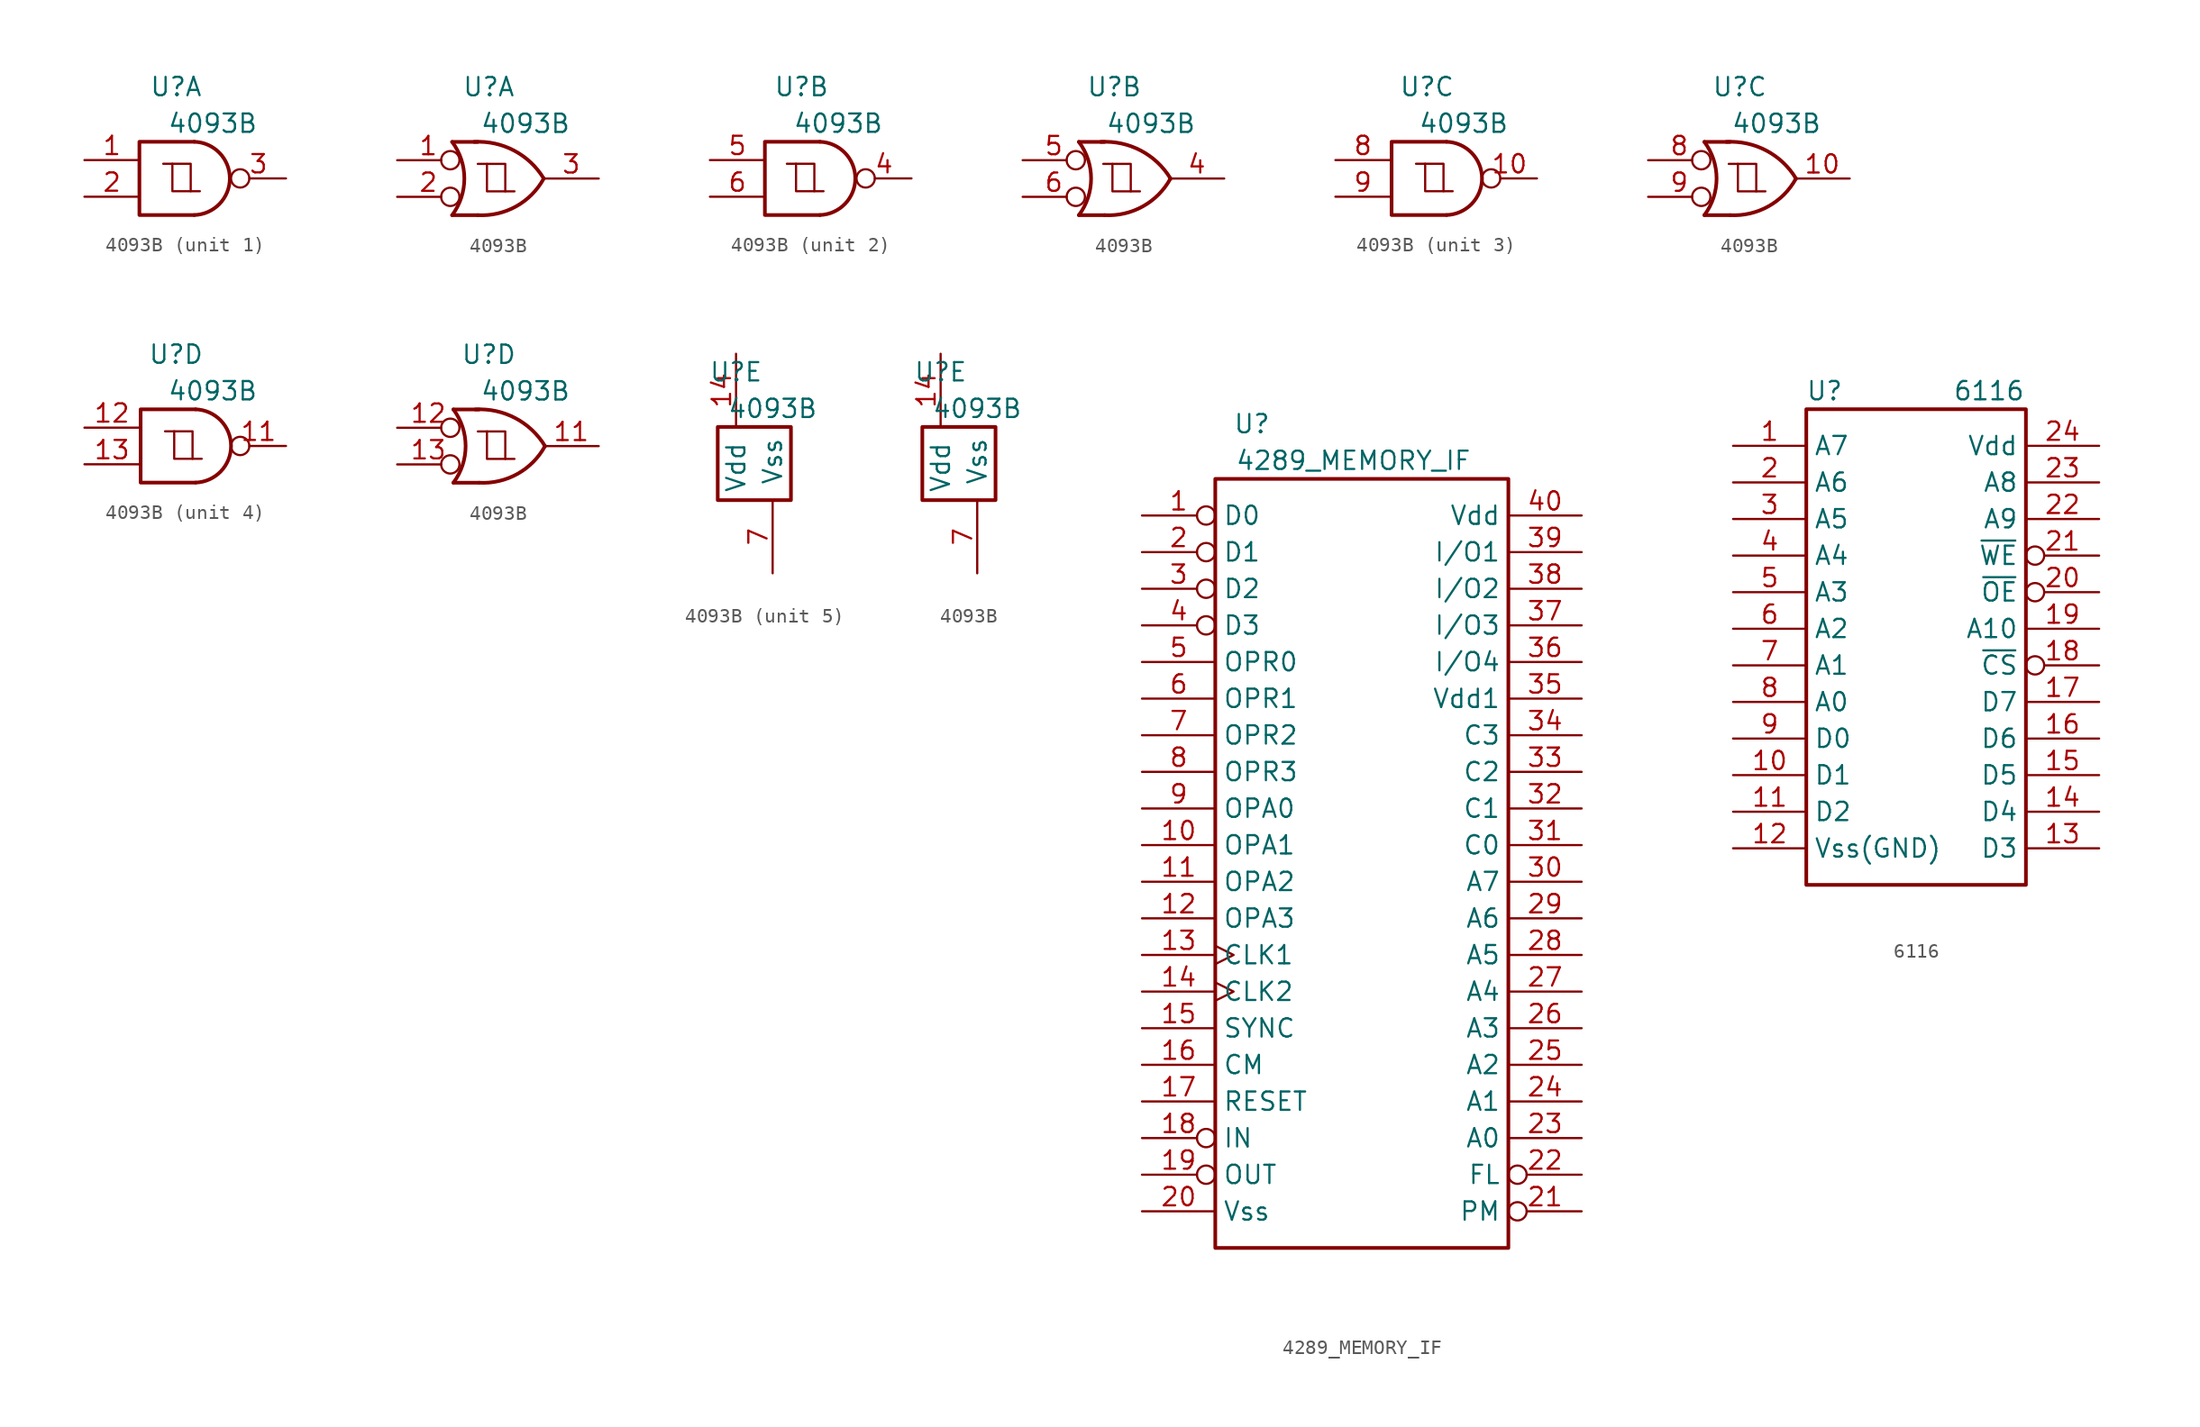
<source format=kicad_sym>
(kicad_symbol_lib
  (version 20231120)
  (generator "kicad_symbol_editor")
  (generator_version "8.0")
  (symbol "4093B"
    (pin_names
      (offset 1.016))
    (property "Reference" "U"
      (at -1.27 6.35 0)
      (effects (font (size 1.27 1.27))))
    (property "Value" "4093B"
      (at 1.27 3.81 0)
      (effects (font (size 1.27 1.27))))
    (property "ki_locked" ""
      (at 0 0 0)
      (effects (font (size 1.27 1.27))))
    (symbol "4093B_1_1"
      (arc (start 0 -2.54) (mid 2.4571 0) (end 0 2.54) (stroke (width 0.254) (type default)) (fill (type none)))
      (polyline (pts (xy -2.159 1.016) (xy -0.254 1.016) (xy -0.254 -0.889)) (stroke (width 0) (type default)) (fill (type none)))
      (polyline (pts (xy -1.524 1.016) (xy -1.524 -0.889) (xy 0.381 -0.889)) (stroke (width 0) (type default)) (fill (type none)))
      (polyline (pts (xy 0 2.54) (xy -3.81 2.54) (xy -3.81 -2.54) (xy 0 -2.54)) (stroke (width 0.254) (type default)) (fill (type none)))
      (pin input line (at -7.62 1.27 0) (length 3.81) (name "~" (effects (font (size 1.27 1.27)))) (number "1" (effects (font (size 1.27 1.27)))))
      (pin input line (at -7.62 -1.27 0) (length 3.81) (name "~" (effects (font (size 1.27 1.27)))) (number "2" (effects (font (size 1.27 1.27)))))
      (pin output inverted (at 6.35 0 180) (length 3.81) (name "~" (effects (font (size 1.27 1.27)))) (number "3" (effects (font (size 1.27 1.27))))))
    (symbol "4093B_1_2"
      (arc (start -3.81 -2.54) (mid -2.964 0) (end -3.81 2.54) (stroke (width 0.254) (type default)) (fill (type none)))
      (arc (start -2.032 -2.54) (mid 0.6219 -1.9322) (end 2.54 0) (stroke (width 0.254) (type default)) (fill (type none)))
      (polyline (pts (xy -3.81 -2.54) (xy -2.032 -2.54)) (stroke (width 0.254) (type default)) (fill (type none)))
      (polyline (pts (xy -3.81 2.54) (xy -2.032 2.54)) (stroke (width 0.254) (type default)) (fill (type none)))
      (polyline (pts (xy -2.032 1.016) (xy -0.127 1.016) (xy -0.127 -0.889)) (stroke (width 0) (type default)) (fill (type none)))
      (polyline (pts (xy -1.397 1.016) (xy -1.397 -0.889) (xy 0.508 -0.889)) (stroke (width 0) (type default)) (fill (type none)))
      (polyline (pts (xy -1.27 2.54) (xy -3.81 2.54) (xy -3.175 1.27) (xy -2.794 0) (xy -3.175 -1.27) (xy -3.81 -2.54) (xy -1.27 -2.54)) (stroke (width -0.0001) (type default)) (fill (type none)))
      (arc (start 2.54 0) (mid 0.4797 1.9402) (end -2.286 2.54) (stroke (width 0.254) (type default)) (fill (type none)))
      (pin input inverted (at -7.62 1.27 0) (length 4.318) (name "~" (effects (font (size 1.27 1.27)))) (number "1" (effects (font (size 1.27 1.27)))))
      (pin input inverted (at -7.62 -1.27 0) (length 4.318) (name "~" (effects (font (size 1.27 1.27)))) (number "2" (effects (font (size 1.27 1.27)))))
      (pin output line (at 6.35 0 180) (length 3.81) (name "~" (effects (font (size 1.27 1.27)))) (number "3" (effects (font (size 1.27 1.27))))))
    (symbol "4093B_2_1"
      (arc (start 0 -2.54) (mid 2.4571 0) (end 0 2.54) (stroke (width 0.254) (type default)) (fill (type none)))
      (polyline (pts (xy -2.286 1.016) (xy -0.381 1.016) (xy -0.381 -0.889)) (stroke (width 0) (type default)) (fill (type none)))
      (polyline (pts (xy -1.651 1.016) (xy -1.651 -0.889) (xy 0.254 -0.889)) (stroke (width 0) (type default)) (fill (type none)))
      (polyline (pts (xy 0 2.54) (xy -3.81 2.54) (xy -3.81 -2.54) (xy 0 -2.54)) (stroke (width 0.254) (type default)) (fill (type none)))
      (pin output inverted (at 6.35 0 180) (length 3.81) (name "~" (effects (font (size 1.27 1.27)))) (number "4" (effects (font (size 1.27 1.27)))))
      (pin input line (at -7.62 1.27 0) (length 3.81) (name "~" (effects (font (size 1.27 1.27)))) (number "5" (effects (font (size 1.27 1.27)))))
      (pin input line (at -7.62 -1.27 0) (length 3.81) (name "~" (effects (font (size 1.27 1.27)))) (number "6" (effects (font (size 1.27 1.27))))))
    (symbol "4093B_2_2"
      (arc (start -3.722 -2.54) (mid -2.876 0) (end -3.722 2.54) (stroke (width 0.254) (type default)) (fill (type none)))
      (arc (start -1.944 -2.54) (mid 0.7099 -1.9322) (end 2.628 0) (stroke (width 0.254) (type default)) (fill (type none)))
      (polyline (pts (xy -3.722 -2.54) (xy -1.944 -2.54)) (stroke (width 0.254) (type default)) (fill (type none)))
      (polyline (pts (xy -3.722 2.54) (xy -1.944 2.54)) (stroke (width 0.254) (type default)) (fill (type none)))
      (polyline (pts (xy -2.032 1.016) (xy -0.127 1.016) (xy -0.127 -0.889)) (stroke (width 0) (type default)) (fill (type none)))
      (polyline (pts (xy -1.397 1.016) (xy -1.397 -0.889) (xy 0.508 -0.889)) (stroke (width 0) (type default)) (fill (type none)))
      (polyline (pts (xy -1.182 2.54) (xy -3.722 2.54) (xy -3.087 1.27) (xy -2.706 0) (xy -3.087 -1.27) (xy -3.722 -2.54) (xy -1.182 -2.54)) (stroke (width -0.0001) (type default)) (fill (type none)))
      (arc (start 2.628 0) (mid 0.5677 1.9402) (end -2.198 2.54) (stroke (width 0.254) (type default)) (fill (type none)))
      (pin output line (at 6.35 0 180) (length 3.81) (name "~" (effects (font (size 1.27 1.27)))) (number "4" (effects (font (size 1.27 1.27)))))
      (pin input inverted (at -7.62 1.27 0) (length 4.318) (name "~" (effects (font (size 1.27 1.27)))) (number "5" (effects (font (size 1.27 1.27)))))
      (pin input inverted (at -7.62 -1.27 0) (length 4.318) (name "~" (effects (font (size 1.27 1.27)))) (number "6" (effects (font (size 1.27 1.27))))))
    (symbol "4093B_3_1"
      (polyline (pts (xy -2.032 1.016) (xy -0.127 1.016) (xy -0.127 -0.889)) (stroke (width 0) (type default)) (fill (type none)))
      (polyline (pts (xy -1.397 1.016) (xy -1.397 -0.889) (xy 0.508 -0.889)) (stroke (width 0) (type default)) (fill (type none)))
      (polyline (pts (xy 0.084 2.54) (xy -3.726 2.54) (xy -3.726 -2.54) (xy 0.084 -2.54)) (stroke (width 0.254) (type default)) (fill (type none)))
      (arc (start 0.0843 -2.54) (mid 2.5414 0) (end 0.0843 2.54) (stroke (width 0.254) (type default)) (fill (type none)))
      (pin output inverted (at 6.35 0 180) (length 3.81) (name "~" (effects (font (size 1.27 1.27)))) (number "10" (effects (font (size 1.27 1.27)))))
      (pin input line (at -7.62 1.27 0) (length 3.81) (name "~" (effects (font (size 1.27 1.27)))) (number "8" (effects (font (size 1.27 1.27)))))
      (pin input line (at -7.62 -1.27 0) (length 3.81) (name "~" (effects (font (size 1.27 1.27)))) (number "9" (effects (font (size 1.27 1.27))))))
    (symbol "4093B_3_2"
      (arc (start -3.722 -2.54) (mid -2.876 0) (end -3.722 2.54) (stroke (width 0.254) (type default)) (fill (type none)))
      (arc (start -1.944 -2.54) (mid 0.7099 -1.9322) (end 2.628 0) (stroke (width 0.254) (type default)) (fill (type none)))
      (polyline (pts (xy -3.722 -2.54) (xy -1.944 -2.54)) (stroke (width 0.254) (type default)) (fill (type none)))
      (polyline (pts (xy -3.722 2.54) (xy -1.944 2.54)) (stroke (width 0.254) (type default)) (fill (type none)))
      (polyline (pts (xy -2.032 1.016) (xy -0.127 1.016) (xy -0.127 -0.889)) (stroke (width 0) (type default)) (fill (type none)))
      (polyline (pts (xy -1.397 1.016) (xy -1.397 -0.889) (xy 0.508 -0.889)) (stroke (width 0) (type default)) (fill (type none)))
      (polyline (pts (xy -1.182 2.54) (xy -3.722 2.54) (xy -3.087 1.27) (xy -2.706 0) (xy -3.087 -1.27) (xy -3.722 -2.54) (xy -1.182 -2.54)) (stroke (width -0.0001) (type default)) (fill (type none)))
      (arc (start 2.628 0) (mid 0.5677 1.9402) (end -2.198 2.54) (stroke (width 0.254) (type default)) (fill (type none)))
      (pin output line (at 6.35 0 180) (length 3.81) (name "~" (effects (font (size 1.27 1.27)))) (number "10" (effects (font (size 1.27 1.27)))))
      (pin input inverted (at -7.62 1.27 0) (length 4.318) (name "~" (effects (font (size 1.27 1.27)))) (number "8" (effects (font (size 1.27 1.27)))))
      (pin input inverted (at -7.62 -1.27 0) (length 4.318) (name "~" (effects (font (size 1.27 1.27)))) (number "9" (effects (font (size 1.27 1.27))))))
    (symbol "4093B_4_1"
      (polyline (pts (xy -2.032 1.016) (xy -0.127 1.016) (xy -0.127 -0.889)) (stroke (width 0) (type default)) (fill (type none)))
      (polyline (pts (xy -1.397 1.016) (xy -1.397 -0.889) (xy 0.508 -0.889)) (stroke (width 0) (type default)) (fill (type none)))
      (polyline (pts (xy 0.084 2.54) (xy -3.726 2.54) (xy -3.726 -2.54) (xy 0.084 -2.54)) (stroke (width 0.254) (type default)) (fill (type none)))
      (arc (start 0.0843 -2.54) (mid 2.5414 0) (end 0.0843 2.54) (stroke (width 0.254) (type default)) (fill (type none)))
      (pin output inverted (at 6.35 0 180) (length 3.81) (name "~" (effects (font (size 1.27 1.27)))) (number "11" (effects (font (size 1.27 1.27)))))
      (pin input line (at -7.62 1.27 0) (length 3.81) (name "~" (effects (font (size 1.27 1.27)))) (number "12" (effects (font (size 1.27 1.27)))))
      (pin input line (at -7.62 -1.27 0) (length 3.81) (name "~" (effects (font (size 1.27 1.27)))) (number "13" (effects (font (size 1.27 1.27))))))
    (symbol "4093B_4_2"
      (arc (start -3.722 -2.54) (mid -2.876 0) (end -3.722 2.54) (stroke (width 0.254) (type default)) (fill (type none)))
      (arc (start -1.944 -2.54) (mid 0.7099 -1.9322) (end 2.628 0) (stroke (width 0.254) (type default)) (fill (type none)))
      (polyline (pts (xy -3.722 -2.54) (xy -1.944 -2.54)) (stroke (width 0.254) (type default)) (fill (type none)))
      (polyline (pts (xy -3.722 2.54) (xy -1.944 2.54)) (stroke (width 0.254) (type default)) (fill (type none)))
      (polyline (pts (xy -2.032 1.016) (xy -0.127 1.016) (xy -0.127 -0.889)) (stroke (width 0) (type default)) (fill (type none)))
      (polyline (pts (xy -1.397 1.016) (xy -1.397 -0.889) (xy 0.508 -0.889)) (stroke (width 0) (type default)) (fill (type none)))
      (polyline (pts (xy -1.182 2.54) (xy -3.722 2.54) (xy -3.087 1.27) (xy -2.706 0) (xy -3.087 -1.27) (xy -3.722 -2.54) (xy -1.182 -2.54)) (stroke (width -0.0001) (type default)) (fill (type none)))
      (arc (start 2.628 0) (mid 0.5677 1.9402) (end -2.198 2.54) (stroke (width 0.254) (type default)) (fill (type none)))
      (pin output line (at 6.35 0 180) (length 3.81) (name "~" (effects (font (size 1.27 1.27)))) (number "11" (effects (font (size 1.27 1.27)))))
      (pin input inverted (at -7.62 1.27 0) (length 4.318) (name "~" (effects (font (size 1.27 1.27)))) (number "12" (effects (font (size 1.27 1.27)))))
      (pin input inverted (at -7.62 -1.27 0) (length 4.318) (name "~" (effects (font (size 1.27 1.27)))) (number "13" (effects (font (size 1.27 1.27))))))
    (symbol "4093B_5_0"
      (rectangle (start -2.54 2.54) (end 2.54 -2.54) (stroke (width 0.254) (type default)) (fill (type none)))
      (pin power_in line (at -1.27 7.62 270) (length 5.08) (name "Vdd" (effects (font (size 1.27 1.27)))) (number "14" (effects (font (size 1.27 1.27)))))
      (pin power_in line (at 1.27 -7.62 90) (length 5.08) (name "Vss" (effects (font (size 1.27 1.27)))) (number "7" (effects (font (size 1.27 1.27)))))))
  (symbol "4289_MEMORY_IF"
    (property "Reference" "U"
      (at -7.62 30.48 0)
      (effects (font (size 1.27 1.27))))
    (property "Value" "4289_MEMORY_IF"
      (at 7.62 27.94 0)
      (effects (font (size 1.27 1.27)) (justify right)))
    (symbol "4289_MEMORY_IF_1_1"
      (rectangle (start -10.16 26.67) (end 10.16 -26.67) (stroke (width 0.254) (type default)) (fill (type none)))
      (pin bidirectional inverted (at -15.24 24.13 0) (length 5.08) (name "D0" (effects (font (size 1.27 1.27)))) (number "1" (effects (font (size 1.27 1.27)))))
      (pin input line (at -15.24 1.27 0) (length 5.08) (name "OPA1" (effects (font (size 1.27 1.27)))) (number "10" (effects (font (size 1.27 1.27)))))
      (pin input line (at -15.24 -1.27 0) (length 5.08) (name "OPA2" (effects (font (size 1.27 1.27)))) (number "11" (effects (font (size 1.27 1.27)))))
      (pin input line (at -15.24 -3.81 0) (length 5.08) (name "OPA3" (effects (font (size 1.27 1.27)))) (number "12" (effects (font (size 1.27 1.27)))))
      (pin input clock (at -15.24 -6.35 0) (length 5.08) (name "CLK1" (effects (font (size 1.27 1.27)))) (number "13" (effects (font (size 1.27 1.27)))))
      (pin input clock (at -15.24 -8.89 0) (length 5.08) (name "CLK2" (effects (font (size 1.27 1.27)))) (number "14" (effects (font (size 1.27 1.27)))))
      (pin input line (at -15.24 -11.43 0) (length 5.08) (name "SYNC" (effects (font (size 1.27 1.27)))) (number "15" (effects (font (size 1.27 1.27)))))
      (pin input line (at -15.24 -13.97 0) (length 5.08) (name "CM" (effects (font (size 1.27 1.27)))) (number "16" (effects (font (size 1.27 1.27)))))
      (pin input line (at -15.24 -16.51 0) (length 5.08) (name "RESET" (effects (font (size 1.27 1.27)))) (number "17" (effects (font (size 1.27 1.27)))))
      (pin output inverted (at -15.24 -19.05 0) (length 5.08) (name "IN" (effects (font (size 1.27 1.27)))) (number "18" (effects (font (size 1.27 1.27)))))
      (pin output inverted (at -15.24 -21.59 0) (length 5.08) (name "OUT" (effects (font (size 1.27 1.27)))) (number "19" (effects (font (size 1.27 1.27)))))
      (pin bidirectional inverted (at -15.24 21.59 0) (length 5.08) (name "D1" (effects (font (size 1.27 1.27)))) (number "2" (effects (font (size 1.27 1.27)))))
      (pin power_in line (at -15.24 -24.13 0) (length 5.08) (name "Vss" (effects (font (size 1.27 1.27)))) (number "20" (effects (font (size 1.27 1.27)))))
      (pin output inverted (at 15.24 -24.13 180) (length 5.08) (name "PM" (effects (font (size 1.27 1.27)))) (number "21" (effects (font (size 1.27 1.27)))))
      (pin output inverted (at 15.24 -21.59 180) (length 5.08) (name "FL" (effects (font (size 1.27 1.27)))) (number "22" (effects (font (size 1.27 1.27)))))
      (pin output line (at 15.24 -19.05 180) (length 5.08) (name "A0" (effects (font (size 1.27 1.27)))) (number "23" (effects (font (size 1.27 1.27)))))
      (pin output line (at 15.24 -16.51 180) (length 5.08) (name "A1" (effects (font (size 1.27 1.27)))) (number "24" (effects (font (size 1.27 1.27)))))
      (pin output line (at 15.24 -13.97 180) (length 5.08) (name "A2" (effects (font (size 1.27 1.27)))) (number "25" (effects (font (size 1.27 1.27)))))
      (pin output line (at 15.24 -11.43 180) (length 5.08) (name "A3" (effects (font (size 1.27 1.27)))) (number "26" (effects (font (size 1.27 1.27)))))
      (pin output line (at 15.24 -8.89 180) (length 5.08) (name "A4" (effects (font (size 1.27 1.27)))) (number "27" (effects (font (size 1.27 1.27)))))
      (pin output line (at 15.24 -6.35 180) (length 5.08) (name "A5" (effects (font (size 1.27 1.27)))) (number "28" (effects (font (size 1.27 1.27)))))
      (pin output line (at 15.24 -3.81 180) (length 5.08) (name "A6" (effects (font (size 1.27 1.27)))) (number "29" (effects (font (size 1.27 1.27)))))
      (pin bidirectional inverted (at -15.24 19.05 0) (length 5.08) (name "D2" (effects (font (size 1.27 1.27)))) (number "3" (effects (font (size 1.27 1.27)))))
      (pin output line (at 15.24 -1.27 180) (length 5.08) (name "A7" (effects (font (size 1.27 1.27)))) (number "30" (effects (font (size 1.27 1.27)))))
      (pin output line (at 15.24 1.27 180) (length 5.08) (name "C0" (effects (font (size 1.27 1.27)))) (number "31" (effects (font (size 1.27 1.27)))))
      (pin output line (at 15.24 3.81 180) (length 5.08) (name "C1" (effects (font (size 1.27 1.27)))) (number "32" (effects (font (size 1.27 1.27)))))
      (pin output line (at 15.24 6.35 180) (length 5.08) (name "C2" (effects (font (size 1.27 1.27)))) (number "33" (effects (font (size 1.27 1.27)))))
      (pin output line (at 15.24 8.89 180) (length 5.08) (name "C3" (effects (font (size 1.27 1.27)))) (number "34" (effects (font (size 1.27 1.27)))))
      (pin power_in line (at 15.24 11.43 180) (length 5.08) (name "Vdd1" (effects (font (size 1.27 1.27)))) (number "35" (effects (font (size 1.27 1.27)))))
      (pin bidirectional line (at 15.24 13.97 180) (length 5.08) (name "I/O4" (effects (font (size 1.27 1.27)))) (number "36" (effects (font (size 1.27 1.27)))))
      (pin bidirectional line (at 15.24 16.51 180) (length 5.08) (name "I/O3" (effects (font (size 1.27 1.27)))) (number "37" (effects (font (size 1.27 1.27)))))
      (pin bidirectional line (at 15.24 19.05 180) (length 5.08) (name "I/O2" (effects (font (size 1.27 1.27)))) (number "38" (effects (font (size 1.27 1.27)))))
      (pin bidirectional line (at 15.24 21.59 180) (length 5.08) (name "I/O1" (effects (font (size 1.27 1.27)))) (number "39" (effects (font (size 1.27 1.27)))))
      (pin bidirectional inverted (at -15.24 16.51 0) (length 5.08) (name "D3" (effects (font (size 1.27 1.27)))) (number "4" (effects (font (size 1.27 1.27)))))
      (pin power_in line (at 15.24 24.13 180) (length 5.08) (name "Vdd" (effects (font (size 1.27 1.27)))) (number "40" (effects (font (size 1.27 1.27)))))
      (pin input line (at -15.24 13.97 0) (length 5.08) (name "OPR0" (effects (font (size 1.27 1.27)))) (number "5" (effects (font (size 1.27 1.27)))))
      (pin input line (at -15.24 11.43 0) (length 5.08) (name "OPR1" (effects (font (size 1.27 1.27)))) (number "6" (effects (font (size 1.27 1.27)))))
      (pin input line (at -15.24 8.89 0) (length 5.08) (name "OPR2" (effects (font (size 1.27 1.27)))) (number "7" (effects (font (size 1.27 1.27)))))
      (pin input line (at -15.24 6.35 0) (length 5.08) (name "OPR3" (effects (font (size 1.27 1.27)))) (number "8" (effects (font (size 1.27 1.27)))))
      (pin input line (at -15.24 3.81 0) (length 5.08) (name "OPA0" (effects (font (size 1.27 1.27)))) (number "9" (effects (font (size 1.27 1.27)))))))
  (symbol "6116"
    (property "Reference" "U"
      (at -6.35 24.13 0)
      (effects (font (size 1.27 1.27))))
    (property "Value" "6116"
      (at 2.54 24.13 0)
      (effects (font (size 1.27 1.27)) (justify left)))
    (symbol "6116_1_1"
      (rectangle (start -7.62 22.86) (end 7.62 -10.16) (stroke (width 0.254) (type default)) (fill (type none)))
      (pin input line (at -12.7 20.32 0) (length 5.08) (name "A7" (effects (font (size 1.27 1.27)))) (number "1" (effects (font (size 1.27 1.27)))))
      (pin tri_state line (at -12.7 -2.54 0) (length 5.08) (name "D1" (effects (font (size 1.27 1.27)))) (number "10" (effects (font (size 1.27 1.27)))))
      (pin tri_state line (at -12.7 -5.08 0) (length 5.08) (name "D2" (effects (font (size 1.27 1.27)))) (number "11" (effects (font (size 1.27 1.27)))))
      (pin power_in line (at -12.7 -7.62 0) (length 5.08) (name "Vss(GND)" (effects (font (size 1.27 1.27)))) (number "12" (effects (font (size 1.27 1.27)))))
      (pin tri_state line (at 12.7 -7.62 180) (length 5.08) (name "D3" (effects (font (size 1.27 1.27)))) (number "13" (effects (font (size 1.27 1.27)))))
      (pin tri_state line (at 12.7 -5.08 180) (length 5.08) (name "D4" (effects (font (size 1.27 1.27)))) (number "14" (effects (font (size 1.27 1.27)))))
      (pin tri_state line (at 12.7 -2.54 180) (length 5.08) (name "D5" (effects (font (size 1.27 1.27)))) (number "15" (effects (font (size 1.27 1.27)))))
      (pin tri_state line (at 12.7 0 180) (length 5.08) (name "D6" (effects (font (size 1.27 1.27)))) (number "16" (effects (font (size 1.27 1.27)))))
      (pin tri_state line (at 12.7 2.54 180) (length 5.08) (name "D7" (effects (font (size 1.27 1.27)))) (number "17" (effects (font (size 1.27 1.27)))))
      (pin input inverted (at 12.7 5.08 180) (length 5.08) (name "~{CS}" (effects (font (size 1.27 1.27)))) (number "18" (effects (font (size 1.27 1.27)))))
      (pin input line (at 12.7 7.62 180) (length 5.08) (name "A10" (effects (font (size 1.27 1.27)))) (number "19" (effects (font (size 1.27 1.27)))))
      (pin input line (at -12.7 17.78 0) (length 5.08) (name "A6" (effects (font (size 1.27 1.27)))) (number "2" (effects (font (size 1.27 1.27)))))
      (pin input inverted (at 12.7 10.16 180) (length 5.08) (name "~{OE}" (effects (font (size 1.27 1.27)))) (number "20" (effects (font (size 1.27 1.27)))))
      (pin input inverted (at 12.7 12.7 180) (length 5.08) (name "~{WE}" (effects (font (size 1.27 1.27)))) (number "21" (effects (font (size 1.27 1.27)))))
      (pin input line (at 12.7 15.24 180) (length 5.08) (name "A9" (effects (font (size 1.27 1.27)))) (number "22" (effects (font (size 1.27 1.27)))))
      (pin input line (at 12.7 17.78 180) (length 5.08) (name "A8" (effects (font (size 1.27 1.27)))) (number "23" (effects (font (size 1.27 1.27)))))
      (pin power_in line (at 12.7 20.32 180) (length 5.08) (name "Vdd" (effects (font (size 1.27 1.27)))) (number "24" (effects (font (size 1.27 1.27)))))
      (pin input line (at -12.7 15.24 0) (length 5.08) (name "A5" (effects (font (size 1.27 1.27)))) (number "3" (effects (font (size 1.27 1.27)))))
      (pin input line (at -12.7 12.7 0) (length 5.08) (name "A4" (effects (font (size 1.27 1.27)))) (number "4" (effects (font (size 1.27 1.27)))))
      (pin input line (at -12.7 10.16 0) (length 5.08) (name "A3" (effects (font (size 1.27 1.27)))) (number "5" (effects (font (size 1.27 1.27)))))
      (pin input line (at -12.7 7.62 0) (length 5.08) (name "A2" (effects (font (size 1.27 1.27)))) (number "6" (effects (font (size 1.27 1.27)))))
      (pin input line (at -12.7 5.08 0) (length 5.08) (name "A1" (effects (font (size 1.27 1.27)))) (number "7" (effects (font (size 1.27 1.27)))))
      (pin input line (at -12.7 2.54 0) (length 5.08) (name "A0" (effects (font (size 1.27 1.27)))) (number "8" (effects (font (size 1.27 1.27)))))
      (pin tri_state line (at -12.7 0 0) (length 5.08) (name "D0" (effects (font (size 1.27 1.27)))) (number "9" (effects (font (size 1.27 1.27))))))))
</source>
